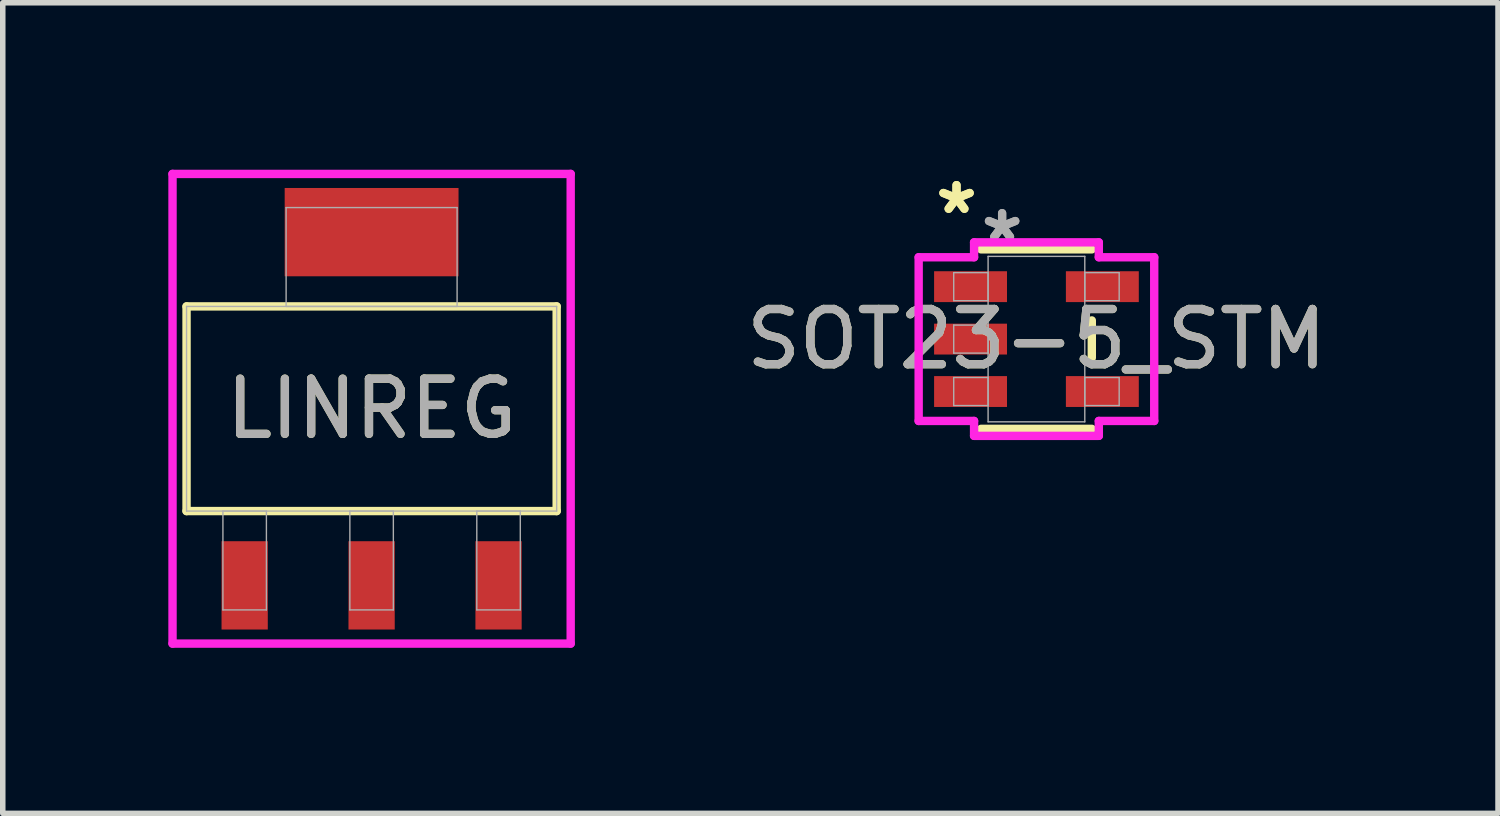
<source format=kicad_pcb>
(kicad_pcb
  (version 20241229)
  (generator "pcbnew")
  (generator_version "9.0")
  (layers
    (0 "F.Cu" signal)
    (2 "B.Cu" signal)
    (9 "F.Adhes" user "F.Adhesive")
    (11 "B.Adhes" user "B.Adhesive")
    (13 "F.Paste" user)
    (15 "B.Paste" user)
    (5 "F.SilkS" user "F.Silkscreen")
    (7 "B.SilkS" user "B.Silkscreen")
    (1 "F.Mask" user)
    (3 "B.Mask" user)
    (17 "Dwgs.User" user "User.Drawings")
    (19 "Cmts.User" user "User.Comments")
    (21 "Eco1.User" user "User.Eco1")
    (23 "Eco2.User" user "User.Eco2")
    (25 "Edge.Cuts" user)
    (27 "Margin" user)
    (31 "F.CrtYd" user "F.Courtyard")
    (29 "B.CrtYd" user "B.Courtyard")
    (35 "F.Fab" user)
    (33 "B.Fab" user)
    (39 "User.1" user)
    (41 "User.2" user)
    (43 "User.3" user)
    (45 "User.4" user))
  (footprint "SOT23-5_STM"
    (layer "F.Cu")
    (at 15.729 3.094)
    (property "Reference" "SOT23-5_STM" (at 0 0 0) (unlocked yes) (layer "F.SilkS") (effects (font (size 1 1) (thickness 0.15))))
    (attr smd)
    (fp_line (start -1.003 1.626) (end 1.003 1.626) (stroke (width 0.152) (type solid)) (layer "F.SilkS"))
    (fp_line (start 1.003 -1.626) (end -1.003 -1.626) (stroke (width 0.152) (type solid)) (layer "F.SilkS"))
    (fp_line (start 1.003 0.338) (end 1.003 -0.338) (stroke (width 0.152) (type solid)) (layer "F.SilkS"))
    (fp_line (start -2.134 -1.483) (end -1.13 -1.483) (stroke (width 0.152) (type solid)) (layer "F.CrtYd"))
    (fp_line (start -2.134 1.483) (end -2.134 -1.483) (stroke (width 0.152) (type solid)) (layer "F.CrtYd"))
    (fp_line (start -1.13 -1.753) (end 1.13 -1.753) (stroke (width 0.152) (type solid)) (layer "F.CrtYd"))
    (fp_line (start -1.13 -1.483) (end -1.13 -1.753) (stroke (width 0.152) (type solid)) (layer "F.CrtYd"))
    (fp_line (start -1.13 1.483) (end -2.134 1.483) (stroke (width 0.152) (type solid)) (layer "F.CrtYd"))
    (fp_line (start -1.13 1.753) (end -1.13 1.483) (stroke (width 0.152) (type solid)) (layer "F.CrtYd"))
    (fp_line (start 1.13 -1.753) (end 1.13 -1.483) (stroke (width 0.152) (type solid)) (layer "F.CrtYd"))
    (fp_line (start 1.13 -1.483) (end 2.134 -1.483) (stroke (width 0.152) (type solid)) (layer "F.CrtYd"))
    (fp_line (start 1.13 1.483) (end 1.13 1.753) (stroke (width 0.152) (type solid)) (layer "F.CrtYd"))
    (fp_line (start 1.13 1.753) (end -1.13 1.753) (stroke (width 0.152) (type solid)) (layer "F.CrtYd"))
    (fp_line (start 2.134 -1.483) (end 2.134 1.483) (stroke (width 0.152) (type solid)) (layer "F.CrtYd"))
    (fp_line (start 2.134 1.483) (end 1.13 1.483) (stroke (width 0.152) (type solid)) (layer "F.CrtYd"))
    (fp_line (start -1.499 -1.204) (end -1.499 -0.696) (stroke (width 0.025) (type solid)) (layer "F.Fab"))
    (fp_line (start -1.499 -0.696) (end -0.876 -0.696) (stroke (width 0.025) (type solid)) (layer "F.Fab"))
    (fp_line (start -1.499 -0.254) (end -1.499 0.254) (stroke (width 0.025) (type solid)) (layer "F.Fab"))
    (fp_line (start -1.499 0.254) (end -0.876 0.254) (stroke (width 0.025) (type solid)) (layer "F.Fab"))
    (fp_line (start -1.499 0.696) (end -1.499 1.204) (stroke (width 0.025) (type solid)) (layer "F.Fab"))
    (fp_line (start -1.499 1.204) (end -0.876 1.204) (stroke (width 0.025) (type solid)) (layer "F.Fab"))
    (fp_line (start -0.876 -1.499) (end -0.876 1.499) (stroke (width 0.025) (type solid)) (layer "F.Fab"))
    (fp_line (start -0.876 -1.204) (end -1.499 -1.204) (stroke (width 0.025) (type solid)) (layer "F.Fab"))
    (fp_line (start -0.876 -0.696) (end -0.876 -1.204) (stroke (width 0.025) (type solid)) (layer "F.Fab"))
    (fp_line (start -0.876 -0.254) (end -1.499 -0.254) (stroke (width 0.025) (type solid)) (layer "F.Fab"))
    (fp_line (start -0.876 0.254) (end -0.876 -0.254) (stroke (width 0.025) (type solid)) (layer "F.Fab"))
    (fp_line (start -0.876 0.696) (end -1.499 0.696) (stroke (width 0.025) (type solid)) (layer "F.Fab"))
    (fp_line (start -0.876 1.204) (end -0.876 0.696) (stroke (width 0.025) (type solid)) (layer "F.Fab"))
    (fp_line (start -0.876 1.499) (end 0.876 1.499) (stroke (width 0.025) (type solid)) (layer "F.Fab"))
    (fp_line (start 0.876 -1.499) (end -0.876 -1.499) (stroke (width 0.025) (type solid)) (layer "F.Fab"))
    (fp_line (start 0.876 -1.204) (end 0.876 -0.696) (stroke (width 0.025) (type solid)) (layer "F.Fab"))
    (fp_line (start 0.876 -0.696) (end 1.499 -0.696) (stroke (width 0.025) (type solid)) (layer "F.Fab"))
    (fp_line (start 0.876 0.696) (end 0.876 1.204) (stroke (width 0.025) (type solid)) (layer "F.Fab"))
    (fp_line (start 0.876 1.204) (end 1.499 1.204) (stroke (width 0.025) (type solid)) (layer "F.Fab"))
    (fp_line (start 0.876 1.499) (end 0.876 -1.499) (stroke (width 0.025) (type solid)) (layer "F.Fab"))
    (fp_line (start 1.499 -1.204) (end 0.876 -1.204) (stroke (width 0.025) (type solid)) (layer "F.Fab"))
    (fp_line (start 1.499 -0.696) (end 1.499 -1.204) (stroke (width 0.025) (type solid)) (layer "F.Fab"))
    (fp_line (start 1.499 0.696) (end 0.876 0.696) (stroke (width 0.025) (type solid)) (layer "F.Fab"))
    (fp_line (start 1.499 1.204) (end 1.499 0.696) (stroke (width 0.025) (type solid)) (layer "F.Fab"))
    (fp_text user "*" (at -1.448 -2.245 0) (unlocked yes) (layer "F.SilkS") (effects (font (size 1 1) (thickness 0.15))))
    (fp_text user "*" (at -1.448 -2.245 0) (layer "F.SilkS") (effects (font (size 1 1) (thickness 0.15))))
    (fp_text user "*" (at -0.622 -1.737 0) (unlocked yes) (layer "F.Fab") (effects (font (size 1 1) (thickness 0.15))))
    (fp_text user "*" (at -0.622 -1.737 0) (layer "F.Fab") (effects (font (size 1 1) (thickness 0.15))))
    (fp_text user "${REFERENCE}" (at 0 0 0) (unlocked yes) (layer "F.Fab") (effects (font (size 1 1) (thickness 0.15))))
    (pad "1" smd rect (at -1.194 -0.95) (size 1.321 0.559) (layers "F.Cu" "F.Mask" "F.Paste"))
    (pad "2" smd rect (at -1.194 0) (size 1.321 0.559) (layers "F.Cu" "F.Mask" "F.Paste"))
    (pad "3" smd rect (at -1.194 0.95) (size 1.321 0.559) (layers "F.Cu" "F.Mask" "F.Paste"))
    (pad "4" smd rect (at 1.194 0.95) (size 1.321 0.559) (layers "F.Cu" "F.Mask" "F.Paste"))
    (pad "5" smd rect (at 1.194 -0.95) (size 1.321 0.559) (layers "F.Cu" "F.Mask" "F.Paste")))
  (footprint "LINREG"
    (layer "F.Cu")
    (at 3.683 4.356)
    (property "Reference" "LINREG" (at 0 0 0) (unlocked yes) (layer "F.SilkS") (effects (font (size 1 1) (thickness 0.15))))
    (attr smd)
    (fp_poly (pts (xy 1.575 -4) (xy -1.575 -4) (xy -1.575 -2.4) (xy 1.575 -2.4)) (stroke (width 0) (type solid)) (fill yes) (layer "F.Cu"))
    (fp_poly (pts (xy 1.6 -4.356) (xy -1.6 -4.356) (xy -1.6 -2.045) (xy 1.6 -2.045)) (stroke (width 0) (type solid)) (fill yes) (layer "F.Mask"))
    (fp_line (start -3.353 -1.854) (end -3.353 1.854) (stroke (width 0.152) (type solid)) (layer "F.SilkS"))
    (fp_line (start -3.353 1.854) (end 3.353 1.854) (stroke (width 0.152) (type solid)) (layer "F.SilkS"))
    (fp_line (start 3.353 -1.854) (end -3.353 -1.854) (stroke (width 0.152) (type solid)) (layer "F.SilkS"))
    (fp_line (start 3.353 1.854) (end 3.353 -1.854) (stroke (width 0.152) (type solid)) (layer "F.SilkS"))
    (fp_poly (pts (xy 1.575 -4) (xy -1.575 -4) (xy -1.575 -2.4) (xy 1.575 -2.4)) (stroke (width 0) (type solid)) (fill yes) (layer "F.Paste"))
    (fp_line (start -3.607 -4.255) (end 3.607 -4.255) (stroke (width 0.152) (type solid)) (layer "F.CrtYd"))
    (fp_line (start -3.607 4.255) (end -3.607 -4.255) (stroke (width 0.152) (type solid)) (layer "F.CrtYd"))
    (fp_line (start 3.607 -4.255) (end 3.607 4.255) (stroke (width 0.152) (type solid)) (layer "F.CrtYd"))
    (fp_line (start 3.607 4.255) (end -3.607 4.255) (stroke (width 0.152) (type solid)) (layer "F.CrtYd"))
    (fp_line (start -3.353 -1.854) (end -3.353 1.854) (stroke (width 0.025) (type solid)) (layer "F.Fab"))
    (fp_line (start -3.353 1.854) (end 3.353 1.854) (stroke (width 0.025) (type solid)) (layer "F.Fab"))
    (fp_line (start -2.694 1.854) (end -2.694 3.645) (stroke (width 0.025) (type solid)) (layer "F.Fab"))
    (fp_line (start -2.694 3.645) (end -1.906 3.645) (stroke (width 0.025) (type solid)) (layer "F.Fab"))
    (fp_line (start -1.906 1.854) (end -2.694 1.854) (stroke (width 0.025) (type solid)) (layer "F.Fab"))
    (fp_line (start -1.906 3.645) (end -1.906 1.854) (stroke (width 0.025) (type solid)) (layer "F.Fab"))
    (fp_line (start -1.549 -3.645) (end -1.549 -1.854) (stroke (width 0.025) (type solid)) (layer "F.Fab"))
    (fp_line (start -1.549 -1.854) (end 1.549 -1.854) (stroke (width 0.025) (type solid)) (layer "F.Fab"))
    (fp_line (start -0.394 1.854) (end -0.394 3.645) (stroke (width 0.025) (type solid)) (layer "F.Fab"))
    (fp_line (start -0.394 3.645) (end 0.394 3.645) (stroke (width 0.025) (type solid)) (layer "F.Fab"))
    (fp_line (start 0.394 1.854) (end -0.394 1.854) (stroke (width 0.025) (type solid)) (layer "F.Fab"))
    (fp_line (start 0.394 3.645) (end 0.394 1.854) (stroke (width 0.025) (type solid)) (layer "F.Fab"))
    (fp_line (start 1.549 -3.645) (end -1.549 -3.645) (stroke (width 0.025) (type solid)) (layer "F.Fab"))
    (fp_line (start 1.549 -1.854) (end 1.549 -3.645) (stroke (width 0.025) (type solid)) (layer "F.Fab"))
    (fp_line (start 1.906 1.854) (end 1.906 3.645) (stroke (width 0.025) (type solid)) (layer "F.Fab"))
    (fp_line (start 1.906 3.645) (end 2.694 3.645) (stroke (width 0.025) (type solid)) (layer "F.Fab"))
    (fp_line (start 2.694 1.854) (end 1.906 1.854) (stroke (width 0.025) (type solid)) (layer "F.Fab"))
    (fp_line (start 2.694 3.645) (end 2.694 1.854) (stroke (width 0.025) (type solid)) (layer "F.Fab"))
    (fp_line (start 3.353 -1.854) (end -3.353 -1.854) (stroke (width 0.025) (type solid)) (layer "F.Fab"))
    (fp_line (start 3.353 1.854) (end 3.353 -1.854) (stroke (width 0.025) (type solid)) (layer "F.Fab"))
    (fp_text user "${REFERENCE}" (at 0 0 0) (unlocked yes) (layer "F.Fab") (effects (font (size 1 1) (thickness 0.15))))
    (pad "1" smd rect (at -2.3 3.2) (size 0.838 1.6) (layers "F.Cu" "F.Mask" "F.Paste"))
    (pad "2" smd rect (at 0 3.2) (size 0.838 1.6) (layers "F.Cu" "F.Mask" "F.Paste"))
    (pad "3" smd rect (at 2.3 3.2) (size 0.838 1.6) (layers "F.Cu" "F.Mask" "F.Paste")))
  (gr_rect
    (start -3 -3)
    (end 24.092 11.687)
    (stroke (width 0.1) (type default))
    (fill no)
    (layer "Edge.Cuts")))
</source>
